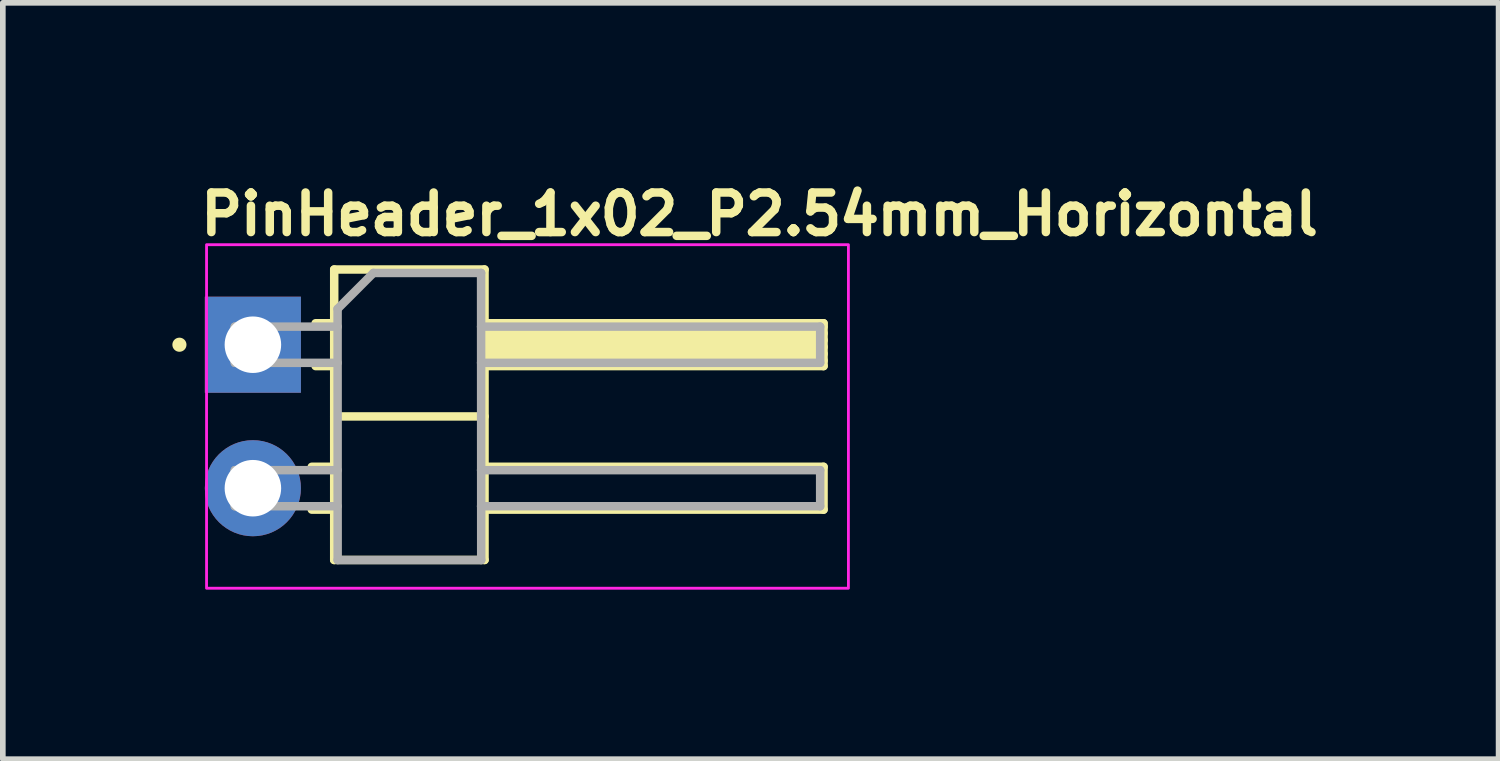
<source format=kicad_pcb>
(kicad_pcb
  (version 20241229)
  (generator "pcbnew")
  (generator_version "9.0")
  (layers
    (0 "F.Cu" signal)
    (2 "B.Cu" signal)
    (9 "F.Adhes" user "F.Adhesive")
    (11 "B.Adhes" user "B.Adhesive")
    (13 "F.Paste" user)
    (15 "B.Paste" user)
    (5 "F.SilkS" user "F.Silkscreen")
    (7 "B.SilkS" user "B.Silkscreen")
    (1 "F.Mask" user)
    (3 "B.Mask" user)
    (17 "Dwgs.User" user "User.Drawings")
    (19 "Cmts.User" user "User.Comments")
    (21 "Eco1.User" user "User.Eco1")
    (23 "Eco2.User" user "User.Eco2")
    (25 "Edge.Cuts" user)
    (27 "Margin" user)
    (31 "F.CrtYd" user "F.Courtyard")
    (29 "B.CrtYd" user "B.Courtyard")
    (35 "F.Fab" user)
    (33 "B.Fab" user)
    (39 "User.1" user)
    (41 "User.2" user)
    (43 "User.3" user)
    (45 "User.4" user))
  (footprint "PinHeader_1x02_P2.54mm_Horizontal"
    (layer "F.Cu")
    (at 1.425 3.05)
    (property "Reference" "PinHeader_1x02_P2.54mm_Horizontal" (at -1 -1.9 0) (layer "F.SilkS") (effects (font (size 0.7 0.7) (thickness 0.15)) (justify left bottom)))
    (attr through_hole)
    (fp_line (start 1.042 2.16) (end 1.439 2.16) (stroke (width 0.15) (type solid)) (layer "F.SilkS"))
    (fp_line (start 1.042 2.918) (end 1.439 2.918) (stroke (width 0.15) (type solid)) (layer "F.SilkS"))
    (fp_line (start 1.11 -0.38) (end 1.439 -0.38) (stroke (width 0.15) (type solid)) (layer "F.SilkS"))
    (fp_line (start 1.11 0.378) (end 1.439 0.378) (stroke (width 0.15) (type solid)) (layer "F.SilkS"))
    (fp_line (start 1.439 -1.331) (end 1.439 3.809) (stroke (width 0.15) (type solid)) (layer "F.SilkS"))
    (fp_line (start 1.439 1.269) (end 4.099 1.269) (stroke (width 0.15) (type solid)) (layer "F.SilkS"))
    (fp_line (start 1.439 3.809) (end 4.099 3.809) (stroke (width 0.15) (type solid)) (layer "F.SilkS"))
    (fp_line (start 4.099 -1.331) (end 1.439 -1.331) (stroke (width 0.15) (type solid)) (layer "F.SilkS"))
    (fp_line (start 4.099 -0.38) (end 10.098 -0.38) (stroke (width 0.15) (type solid)) (layer "F.SilkS"))
    (fp_line (start 4.099 -0.32) (end 10.098 -0.32) (stroke (width 0.15) (type solid)) (layer "F.SilkS"))
    (fp_line (start 4.099 -0.202) (end 10.098 -0.202) (stroke (width 0.15) (type solid)) (layer "F.SilkS"))
    (fp_line (start 4.099 -0.08) (end 10.098 -0.08) (stroke (width 0.15) (type solid)) (layer "F.SilkS"))
    (fp_line (start 4.099 0.04) (end 10.098 0.04) (stroke (width 0.15) (type solid)) (layer "F.SilkS"))
    (fp_line (start 4.099 0.16) (end 10.098 0.16) (stroke (width 0.15) (type solid)) (layer "F.SilkS"))
    (fp_line (start 4.099 0.28) (end 10.098 0.28) (stroke (width 0.15) (type solid)) (layer "F.SilkS"))
    (fp_line (start 4.099 2.16) (end 10.098 2.16) (stroke (width 0.15) (type solid)) (layer "F.SilkS"))
    (fp_line (start 4.099 3.809) (end 4.099 -1.331) (stroke (width 0.15) (type solid)) (layer "F.SilkS"))
    (fp_line (start 10.098 -0.38) (end 10.098 0.378) (stroke (width 0.15) (type solid)) (layer "F.SilkS"))
    (fp_line (start 10.098 0.378) (end 4.099 0.378) (stroke (width 0.15) (type solid)) (layer "F.SilkS"))
    (fp_line (start 10.098 2.16) (end 10.098 2.918) (stroke (width 0.15) (type solid)) (layer "F.SilkS"))
    (fp_line (start 10.098 2.918) (end 4.099 2.918) (stroke (width 0.15) (type solid)) (layer "F.SilkS"))
    (fp_circle (center -1.3 0) (end -1.25 0) (stroke (width 0.15) (type solid)) (fill yes) (layer "F.SilkS"))
    (fp_rect (start -0.82 -1.77) (end 10.538 4.309) (stroke (width 0.05) (type solid)) (fill no) (layer "F.CrtYd"))
    (fp_line (start -0.32 -0.32) (end -0.32 0.32) (stroke (width 0.15) (type solid)) (layer "F.Fab"))
    (fp_line (start -0.32 -0.32) (end 1.499 -0.32) (stroke (width 0.15) (type solid)) (layer "F.Fab"))
    (fp_line (start -0.32 0.32) (end 1.499 0.32) (stroke (width 0.15) (type solid)) (layer "F.Fab"))
    (fp_line (start -0.32 2.22) (end -0.32 2.858) (stroke (width 0.15) (type solid)) (layer "F.Fab"))
    (fp_line (start -0.32 2.22) (end 1.499 2.22) (stroke (width 0.15) (type solid)) (layer "F.Fab"))
    (fp_line (start -0.32 2.858) (end 1.499 2.858) (stroke (width 0.15) (type solid)) (layer "F.Fab"))
    (fp_line (start 1.499 -0.635) (end 2.133 -1.27) (stroke (width 0.15) (type solid)) (layer "F.Fab"))
    (fp_line (start 1.5 3.81) (end 1.499 -0.635) (stroke (width 0.15) (type solid)) (layer "F.Fab"))
    (fp_line (start 1.5 3.81) (end 4.04 3.81) (stroke (width 0.15) (type solid)) (layer "F.Fab"))
    (fp_line (start 2.133 -1.27) (end 4.038 -1.27) (stroke (width 0.15) (type solid)) (layer "F.Fab"))
    (fp_line (start 4.038 -1.27) (end 4.04 3.81) (stroke (width 0.15) (type solid)) (layer "F.Fab"))
    (fp_line (start 4.038 -0.32) (end 10.038 -0.32) (stroke (width 0.15) (type solid)) (layer "F.Fab"))
    (fp_line (start 4.038 0.32) (end 10.038 0.32) (stroke (width 0.15) (type solid)) (layer "F.Fab"))
    (fp_line (start 4.038 2.22) (end 10.038 2.22) (stroke (width 0.15) (type solid)) (layer "F.Fab"))
    (fp_line (start 4.038 2.858) (end 10.038 2.858) (stroke (width 0.15) (type solid)) (layer "F.Fab"))
    (fp_line (start 10.038 -0.32) (end 10.038 0.32) (stroke (width 0.15) (type solid)) (layer "F.Fab"))
    (fp_line (start 10.038 2.22) (end 10.038 2.858) (stroke (width 0.15) (type solid)) (layer "F.Fab"))
    (fp_rect (start -0.32 -1.27) (end 10.038 3.809) (stroke (width 0.1) (type solid)) (fill no) (layer "User.5"))
    (fp_line (start -0.32 -0.32) (end -0.32 0.32) (stroke (width 0.02) (type solid)) (layer "User.9"))
    (fp_line (start -0.32 -0.32) (end -0.316 -0.32) (stroke (width 0.02) (type solid)) (layer "User.9"))
    (fp_line (start -0.32 0.32) (end -0.316 0.32) (stroke (width 0.02) (type solid)) (layer "User.9"))
    (fp_line (start -0.32 2.22) (end -0.32 2.858) (stroke (width 0.02) (type solid)) (layer "User.9"))
    (fp_line (start -0.32 2.22) (end -0.316 2.22) (stroke (width 0.02) (type solid)) (layer "User.9"))
    (fp_line (start -0.32 2.858) (end -0.316 2.858) (stroke (width 0.02) (type solid)) (layer "User.9"))
    (fp_line (start -0.316 -0.32) (end -0.316 -0.32) (stroke (width 0.02) (type solid)) (layer "User.9"))
    (fp_line (start -0.316 -0.32) (end -0.286 -0.32) (stroke (width 0.02) (type solid)) (layer "User.9"))
    (fp_line (start -0.316 0.32) (end -0.316 0.32) (stroke (width 0.02) (type solid)) (layer "User.9"))
    (fp_line (start -0.316 0.32) (end -0.286 0.32) (stroke (width 0.02) (type solid)) (layer "User.9"))
    (fp_line (start -0.316 2.22) (end -0.316 2.22) (stroke (width 0.02) (type solid)) (layer "User.9"))
    (fp_line (start -0.316 2.22) (end -0.286 2.22) (stroke (width 0.02) (type solid)) (layer "User.9"))
    (fp_line (start -0.316 2.858) (end -0.316 2.858) (stroke (width 0.02) (type solid)) (layer "User.9"))
    (fp_line (start -0.316 2.858) (end -0.286 2.858) (stroke (width 0.02) (type solid)) (layer "User.9"))
    (fp_line (start -0.286 -0.32) (end -0.286 -0.32) (stroke (width 0.02) (type solid)) (layer "User.9"))
    (fp_line (start -0.286 -0.32) (end -0.222 -0.32) (stroke (width 0.02) (type solid)) (layer "User.9"))
    (fp_line (start -0.286 0.32) (end -0.286 0.32) (stroke (width 0.02) (type solid)) (layer "User.9"))
    (fp_line (start -0.286 0.32) (end -0.222 0.32) (stroke (width 0.02) (type solid)) (layer "User.9"))
    (fp_line (start -0.286 2.22) (end -0.286 2.22) (stroke (width 0.02) (type solid)) (layer "User.9"))
    (fp_line (start -0.286 2.22) (end -0.222 2.22) (stroke (width 0.02) (type solid)) (layer "User.9"))
    (fp_line (start -0.286 2.858) (end -0.286 2.858) (stroke (width 0.02) (type solid)) (layer "User.9"))
    (fp_line (start -0.286 2.858) (end -0.222 2.858) (stroke (width 0.02) (type solid)) (layer "User.9"))
    (fp_line (start -0.222 -0.32) (end -0.222 -0.32) (stroke (width 0.02) (type solid)) (layer "User.9"))
    (fp_line (start -0.222 -0.32) (end -0.134 -0.32) (stroke (width 0.02) (type solid)) (layer "User.9"))
    (fp_line (start -0.222 0.32) (end -0.222 0.32) (stroke (width 0.02) (type solid)) (layer "User.9"))
    (fp_line (start -0.222 0.32) (end -0.134 0.32) (stroke (width 0.02) (type solid)) (layer "User.9"))
    (fp_line (start -0.222 2.22) (end -0.222 2.22) (stroke (width 0.02) (type solid)) (layer "User.9"))
    (fp_line (start -0.222 2.22) (end -0.134 2.22) (stroke (width 0.02) (type solid)) (layer "User.9"))
    (fp_line (start -0.222 2.858) (end -0.222 2.858) (stroke (width 0.02) (type solid)) (layer "User.9"))
    (fp_line (start -0.222 2.858) (end -0.134 2.858) (stroke (width 0.02) (type solid)) (layer "User.9"))
    (fp_line (start -0.134 -0.32) (end -0.134 -0.32) (stroke (width 0.02) (type solid)) (layer "User.9"))
    (fp_line (start -0.134 -0.32) (end 0.32 -0.32) (stroke (width 0.02) (type solid)) (layer "User.9"))
    (fp_line (start -0.134 0.32) (end -0.134 0.32) (stroke (width 0.02) (type solid)) (layer "User.9"))
    (fp_line (start -0.134 0.32) (end 0.32 0.32) (stroke (width 0.02) (type solid)) (layer "User.9"))
    (fp_line (start -0.134 2.22) (end -0.134 2.22) (stroke (width 0.02) (type solid)) (layer "User.9"))
    (fp_line (start -0.134 2.22) (end 0.32 2.22) (stroke (width 0.02) (type solid)) (layer "User.9"))
    (fp_line (start -0.134 2.858) (end -0.134 2.858) (stroke (width 0.02) (type solid)) (layer "User.9"))
    (fp_line (start -0.134 2.858) (end 0.32 2.858) (stroke (width 0.02) (type solid)) (layer "User.9"))
    (fp_line (start 0.32 -0.32) (end 1.499 -0.32) (stroke (width 0.02) (type solid)) (layer "User.9"))
    (fp_line (start 0.32 0.32) (end 1.499 0.32) (stroke (width 0.02) (type solid)) (layer "User.9"))
    (fp_line (start 0.32 2.22) (end 1.499 2.22) (stroke (width 0.02) (type solid)) (layer "User.9"))
    (fp_line (start 0.32 2.858) (end 1.499 2.858) (stroke (width 0.02) (type solid)) (layer "User.9"))
    (fp_line (start 1.499 -1.27) (end 4.038 -1.27) (stroke (width 0.02) (type solid)) (layer "User.9"))
    (fp_line (start 1.499 -1.016) (end 1.499 -1.27) (stroke (width 0.02) (type solid)) (layer "User.9"))
    (fp_line (start 1.499 -1.016) (end 4.038 -1.016) (stroke (width 0.02) (type solid)) (layer "User.9"))
    (fp_line (start 1.499 1.015) (end 1.499 -1.016) (stroke (width 0.02) (type solid)) (layer "User.9"))
    (fp_line (start 1.499 1.015) (end 4.038 1.015) (stroke (width 0.02) (type solid)) (layer "User.9"))
    (fp_line (start 1.499 1.269) (end 1.499 1.015) (stroke (width 0.02) (type solid)) (layer "User.9"))
    (fp_line (start 1.499 1.269) (end 4.038 1.269) (stroke (width 0.02) (type solid)) (layer "User.9"))
    (fp_line (start 1.499 1.523) (end 1.499 1.269) (stroke (width 0.02) (type solid)) (layer "User.9"))
    (fp_line (start 1.499 1.523) (end 4.038 1.523) (stroke (width 0.02) (type solid)) (layer "User.9"))
    (fp_line (start 1.499 3.555) (end 1.499 1.523) (stroke (width 0.02) (type solid)) (layer "User.9"))
    (fp_line (start 1.499 3.555) (end 4.038 3.555) (stroke (width 0.02) (type solid)) (layer "User.9"))
    (fp_line (start 1.499 3.809) (end 1.499 3.555) (stroke (width 0.02) (type solid)) (layer "User.9"))
    (fp_line (start 1.499 3.809) (end 4.038 3.809) (stroke (width 0.02) (type solid)) (layer "User.9"))
    (fp_line (start 4.038 -1.016) (end 4.038 -1.27) (stroke (width 0.02) (type solid)) (layer "User.9"))
    (fp_line (start 4.038 -0.32) (end 9.88 -0.32) (stroke (width 0.02) (type solid)) (layer "User.9"))
    (fp_line (start 4.038 0.32) (end 9.88 0.32) (stroke (width 0.02) (type solid)) (layer "User.9"))
    (fp_line (start 4.038 1.015) (end 4.038 -1.016) (stroke (width 0.02) (type solid)) (layer "User.9"))
    (fp_line (start 4.038 1.269) (end 4.038 1.015) (stroke (width 0.02) (type solid)) (layer "User.9"))
    (fp_line (start 4.038 1.523) (end 4.038 1.269) (stroke (width 0.02) (type solid)) (layer "User.9"))
    (fp_line (start 4.038 2.22) (end 9.88 2.22) (stroke (width 0.02) (type solid)) (layer "User.9"))
    (fp_line (start 4.038 2.858) (end 9.88 2.858) (stroke (width 0.02) (type solid)) (layer "User.9"))
    (fp_line (start 4.038 3.555) (end 4.038 1.523) (stroke (width 0.02) (type solid)) (layer "User.9"))
    (fp_line (start 4.038 3.809) (end 4.038 3.555) (stroke (width 0.02) (type solid)) (layer "User.9"))
    (fp_line (start 9.88 -0.32) (end 9.88 0.32) (stroke (width 0.02) (type solid)) (layer "User.9"))
    (fp_line (start 9.88 -0.32) (end 10.038 -0.16) (stroke (width 0.02) (type solid)) (layer "User.9"))
    (fp_line (start 9.88 0.32) (end 10.038 0.16) (stroke (width 0.02) (type solid)) (layer "User.9"))
    (fp_line (start 9.88 2.22) (end 9.88 2.858) (stroke (width 0.02) (type solid)) (layer "User.9"))
    (fp_line (start 9.88 2.22) (end 10.038 2.378) (stroke (width 0.02) (type solid)) (layer "User.9"))
    (fp_line (start 9.88 2.858) (end 10.038 2.7) (stroke (width 0.02) (type solid)) (layer "User.9"))
    (fp_line (start 10.038 -0.16) (end 10.038 0.16) (stroke (width 0.02) (type solid)) (layer "User.9"))
    (fp_line (start 10.038 2.378) (end 10.038 2.7) (stroke (width 0.02) (type solid)) (layer "User.9"))
    (pad "1" thru_hole rect (at 0 0) (size 1.7 1.7) (drill 1) (layers "*.Cu" "*.Mask"))
    (pad "2" thru_hole oval (at 0 2.539) (size 1.7 1.7) (drill 1) (layers "*.Cu" "*.Mask")))
  (gr_rect
    (start -3 -3)
    (end 23.468 10.384)
    (stroke (width 0.1) (type default))
    (fill no)
    (layer "Edge.Cuts")))
</source>
